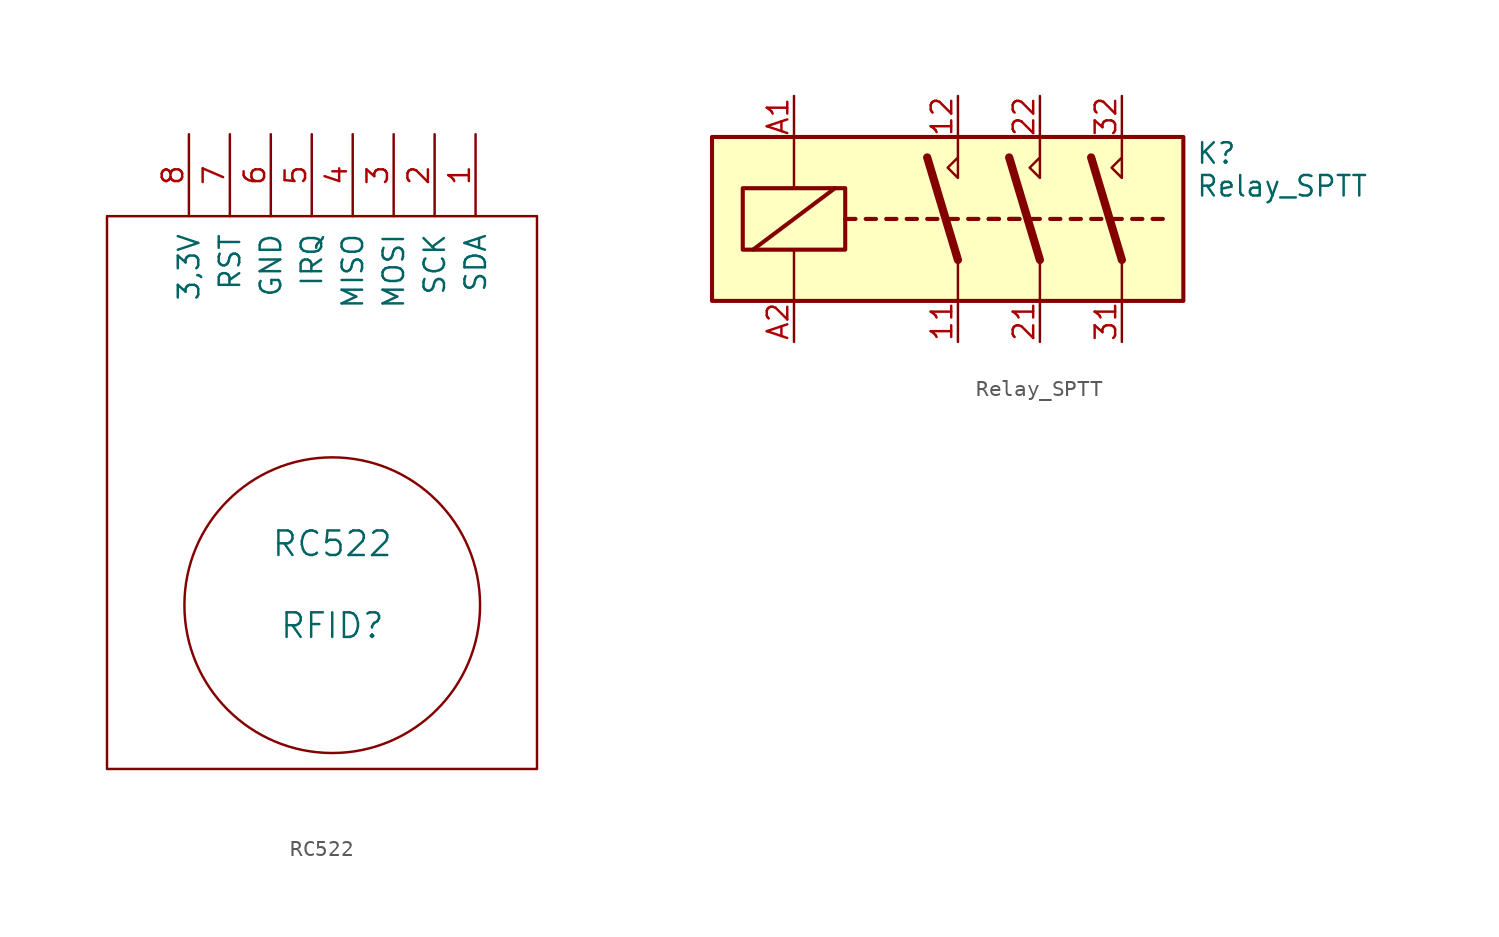
<source format=kicad_sym>
(kicad_symbol_lib
  (version 20241209)
  (generator "kicad_symbol_editor")
  (generator_version "9.0")
  (symbol "RC522"
    (pin_names
      (offset 1.016))
    (property "Reference" "RFID"
      (at 0 5.08 0)
      (effects (font (size 1.524 1.524))))
    (property "Value" "RC522"
      (at 0 10.16 0)
      (effects (font (size 1.524 1.524))))
    (symbol "RC522_0_1"
      (rectangle (start -13.97 30.48) (end 12.7 -3.81) (stroke (width 0) (type solid)) (fill (type none)))
      (circle (center 0 6.35) (radius 9.169) (stroke (width 0) (type solid)) (fill (type none))))
    (symbol "RC522_1_1"
      (pin power_in line (at -8.89 35.56 270) (length 5.08) (name "3,3V" (effects (font (size 1.27 1.27)))) (number "8" (effects (font (size 1.27 1.27)))))
      (pin input line (at -6.35 35.56 270) (length 5.08) (name "RST" (effects (font (size 1.27 1.27)))) (number "7" (effects (font (size 1.27 1.27)))))
      (pin power_in line (at -3.81 35.56 270) (length 5.08) (name "GND" (effects (font (size 1.27 1.27)))) (number "6" (effects (font (size 1.27 1.27)))))
      (pin output line (at -1.27 35.56 270) (length 5.08) (name "IRQ" (effects (font (size 1.27 1.27)))) (number "5" (effects (font (size 1.27 1.27)))))
      (pin output line (at 1.27 35.56 270) (length 5.08) (name "MISO" (effects (font (size 1.27 1.27)))) (number "4" (effects (font (size 1.27 1.27)))))
      (pin output line (at 3.81 35.56 270) (length 5.08) (name "MOSI" (effects (font (size 1.27 1.27)))) (number "3" (effects (font (size 1.27 1.27)))))
      (pin output line (at 6.35 35.56 270) (length 5.08) (name "SCK" (effects (font (size 1.27 1.27)))) (number "2" (effects (font (size 1.27 1.27)))))
      (pin output line (at 8.89 35.56 270) (length 5.08) (name "SDA" (effects (font (size 1.27 1.27)))) (number "1" (effects (font (size 1.27 1.27)))))))
  (symbol "Relay_SPTT"
    (property "Reference" "K"
      (at 14.732 4.064 0)
      (effects (font (size 1.27 1.27)) (justify left)))
    (property "Value" "Relay_SPTT"
      (at 14.732 2.032 0)
      (effects (font (size 1.27 1.27)) (justify left)))
    (symbol "Relay_SPTT_0_1"
      (rectangle (start -15.24 5.08) (end 13.97 -5.08) (stroke (width 0.254) (type default)) (fill (type background)))
      (rectangle (start -13.335 1.905) (end -6.985 -1.905) (stroke (width 0.254) (type default)) (fill (type none)))
      (polyline (pts (xy -12.7 -1.905) (xy -7.62 1.905)) (stroke (width 0.254) (type default)) (fill (type none)))
      (polyline (pts (xy -10.16 5.08) (xy -10.16 1.905)) (stroke (width 0) (type default)) (fill (type none)))
      (polyline (pts (xy -10.16 -5.08) (xy -10.16 -1.905)) (stroke (width 0) (type default)) (fill (type none)))
      (polyline (pts (xy -6.985 0) (xy -6.35 0)) (stroke (width 0.254) (type default)) (fill (type none)))
      (polyline (pts (xy -5.715 0) (xy -5.08 0)) (stroke (width 0.254) (type default)) (fill (type none)))
      (polyline (pts (xy -4.445 0) (xy -3.81 0)) (stroke (width 0.254) (type default)) (fill (type none)))
      (polyline (pts (xy -3.175 0) (xy -2.54 0)) (stroke (width 0.254) (type default)) (fill (type none)))
      (polyline (pts (xy -1.905 0) (xy -1.27 0)) (stroke (width 0.254) (type default)) (fill (type none)))
      (polyline (pts (xy -0.635 0) (xy 0 0)) (stroke (width 0.254) (type default)) (fill (type none)))
      (polyline (pts (xy 0 5.08) (xy 0 2.54) (xy -0.635 3.175) (xy 0 3.81)) (stroke (width 0) (type default)) (fill (type none)))
      (polyline (pts (xy 0 -2.54) (xy -1.905 3.81)) (stroke (width 0.508) (type default)) (fill (type none)))
      (polyline (pts (xy 0 -2.54) (xy 0 -5.08)) (stroke (width 0) (type default)) (fill (type none)))
      (polyline (pts (xy 0.635 0) (xy 1.27 0)) (stroke (width 0.254) (type default)) (fill (type none)))
      (polyline (pts (xy 1.905 0) (xy 2.54 0)) (stroke (width 0.254) (type default)) (fill (type none)))
      (polyline (pts (xy 1.905 0) (xy 2.54 0)) (stroke (width 0.254) (type default)) (fill (type none)))
      (polyline (pts (xy 3.175 0) (xy 3.81 0)) (stroke (width 0.254) (type default)) (fill (type none)))
      (polyline (pts (xy 3.175 0) (xy 3.81 0)) (stroke (width 0.254) (type default)) (fill (type none)))
      (polyline (pts (xy 4.445 0) (xy 5.08 0)) (stroke (width 0.254) (type default)) (fill (type none)))
      (polyline (pts (xy 5.08 5.08) (xy 5.08 2.54) (xy 4.445 3.175) (xy 5.08 3.81)) (stroke (width 0) (type default)) (fill (type none)))
      (polyline (pts (xy 5.08 -2.54) (xy 3.175 3.81)) (stroke (width 0.508) (type default)) (fill (type none)))
      (polyline (pts (xy 5.08 -2.54) (xy 5.08 -5.08)) (stroke (width 0) (type default)) (fill (type none)))
      (polyline (pts (xy 5.715 0) (xy 6.35 0)) (stroke (width 0.254) (type default)) (fill (type none)))
      (polyline (pts (xy 6.985 0) (xy 7.62 0)) (stroke (width 0.254) (type default)) (fill (type none)))
      (polyline (pts (xy 8.255 0) (xy 8.89 0)) (stroke (width 0.254) (type default)) (fill (type none)))
      (polyline (pts (xy 9.525 0) (xy 10.16 0)) (stroke (width 0.254) (type default)) (fill (type none)))
      (polyline (pts (xy 10.16 5.08) (xy 10.16 2.54) (xy 9.525 3.175) (xy 10.16 3.81)) (stroke (width 0) (type default)) (fill (type none)))
      (polyline (pts (xy 10.16 -2.54) (xy 8.255 3.81)) (stroke (width 0.508) (type default)) (fill (type none)))
      (polyline (pts (xy 10.16 -2.54) (xy 10.16 -5.08)) (stroke (width 0) (type default)) (fill (type none)))
      (polyline (pts (xy 10.795 0) (xy 11.43 0)) (stroke (width 0.254) (type default)) (fill (type none)))
      (polyline (pts (xy 12.065 0) (xy 12.7 0)) (stroke (width 0.254) (type default)) (fill (type none))))
    (symbol "Relay_SPTT_1_1"
      (pin passive line (at -10.16 7.62 270) (length 2.54) (name "~" (effects (font (size 1.27 1.27)))) (number "A1" (effects (font (size 1.27 1.27)))))
      (pin passive line (at -10.16 -7.62 90) (length 2.54) (name "~" (effects (font (size 1.27 1.27)))) (number "A2" (effects (font (size 1.27 1.27)))))
      (pin passive line (at 0 7.62 270) (length 2.54) (name "~" (effects (font (size 1.27 1.27)))) (number "12" (effects (font (size 1.27 1.27)))))
      (pin passive line (at 0 -7.62 90) (length 2.54) (name "~" (effects (font (size 1.27 1.27)))) (number "11" (effects (font (size 1.27 1.27)))))
      (pin passive line (at 5.08 7.62 270) (length 2.54) (name "~" (effects (font (size 1.27 1.27)))) (number "22" (effects (font (size 1.27 1.27)))))
      (pin passive line (at 5.08 -7.62 90) (length 2.54) (name "~" (effects (font (size 1.27 1.27)))) (number "21" (effects (font (size 1.27 1.27)))))
      (pin passive line (at 10.16 7.62 270) (length 2.54) (name "~" (effects (font (size 1.27 1.27)))) (number "32" (effects (font (size 1.27 1.27)))))
      (pin passive line (at 10.16 -7.62 90) (length 2.54) (name "~" (effects (font (size 1.27 1.27)))) (number "31" (effects (font (size 1.27 1.27))))))))
</source>
